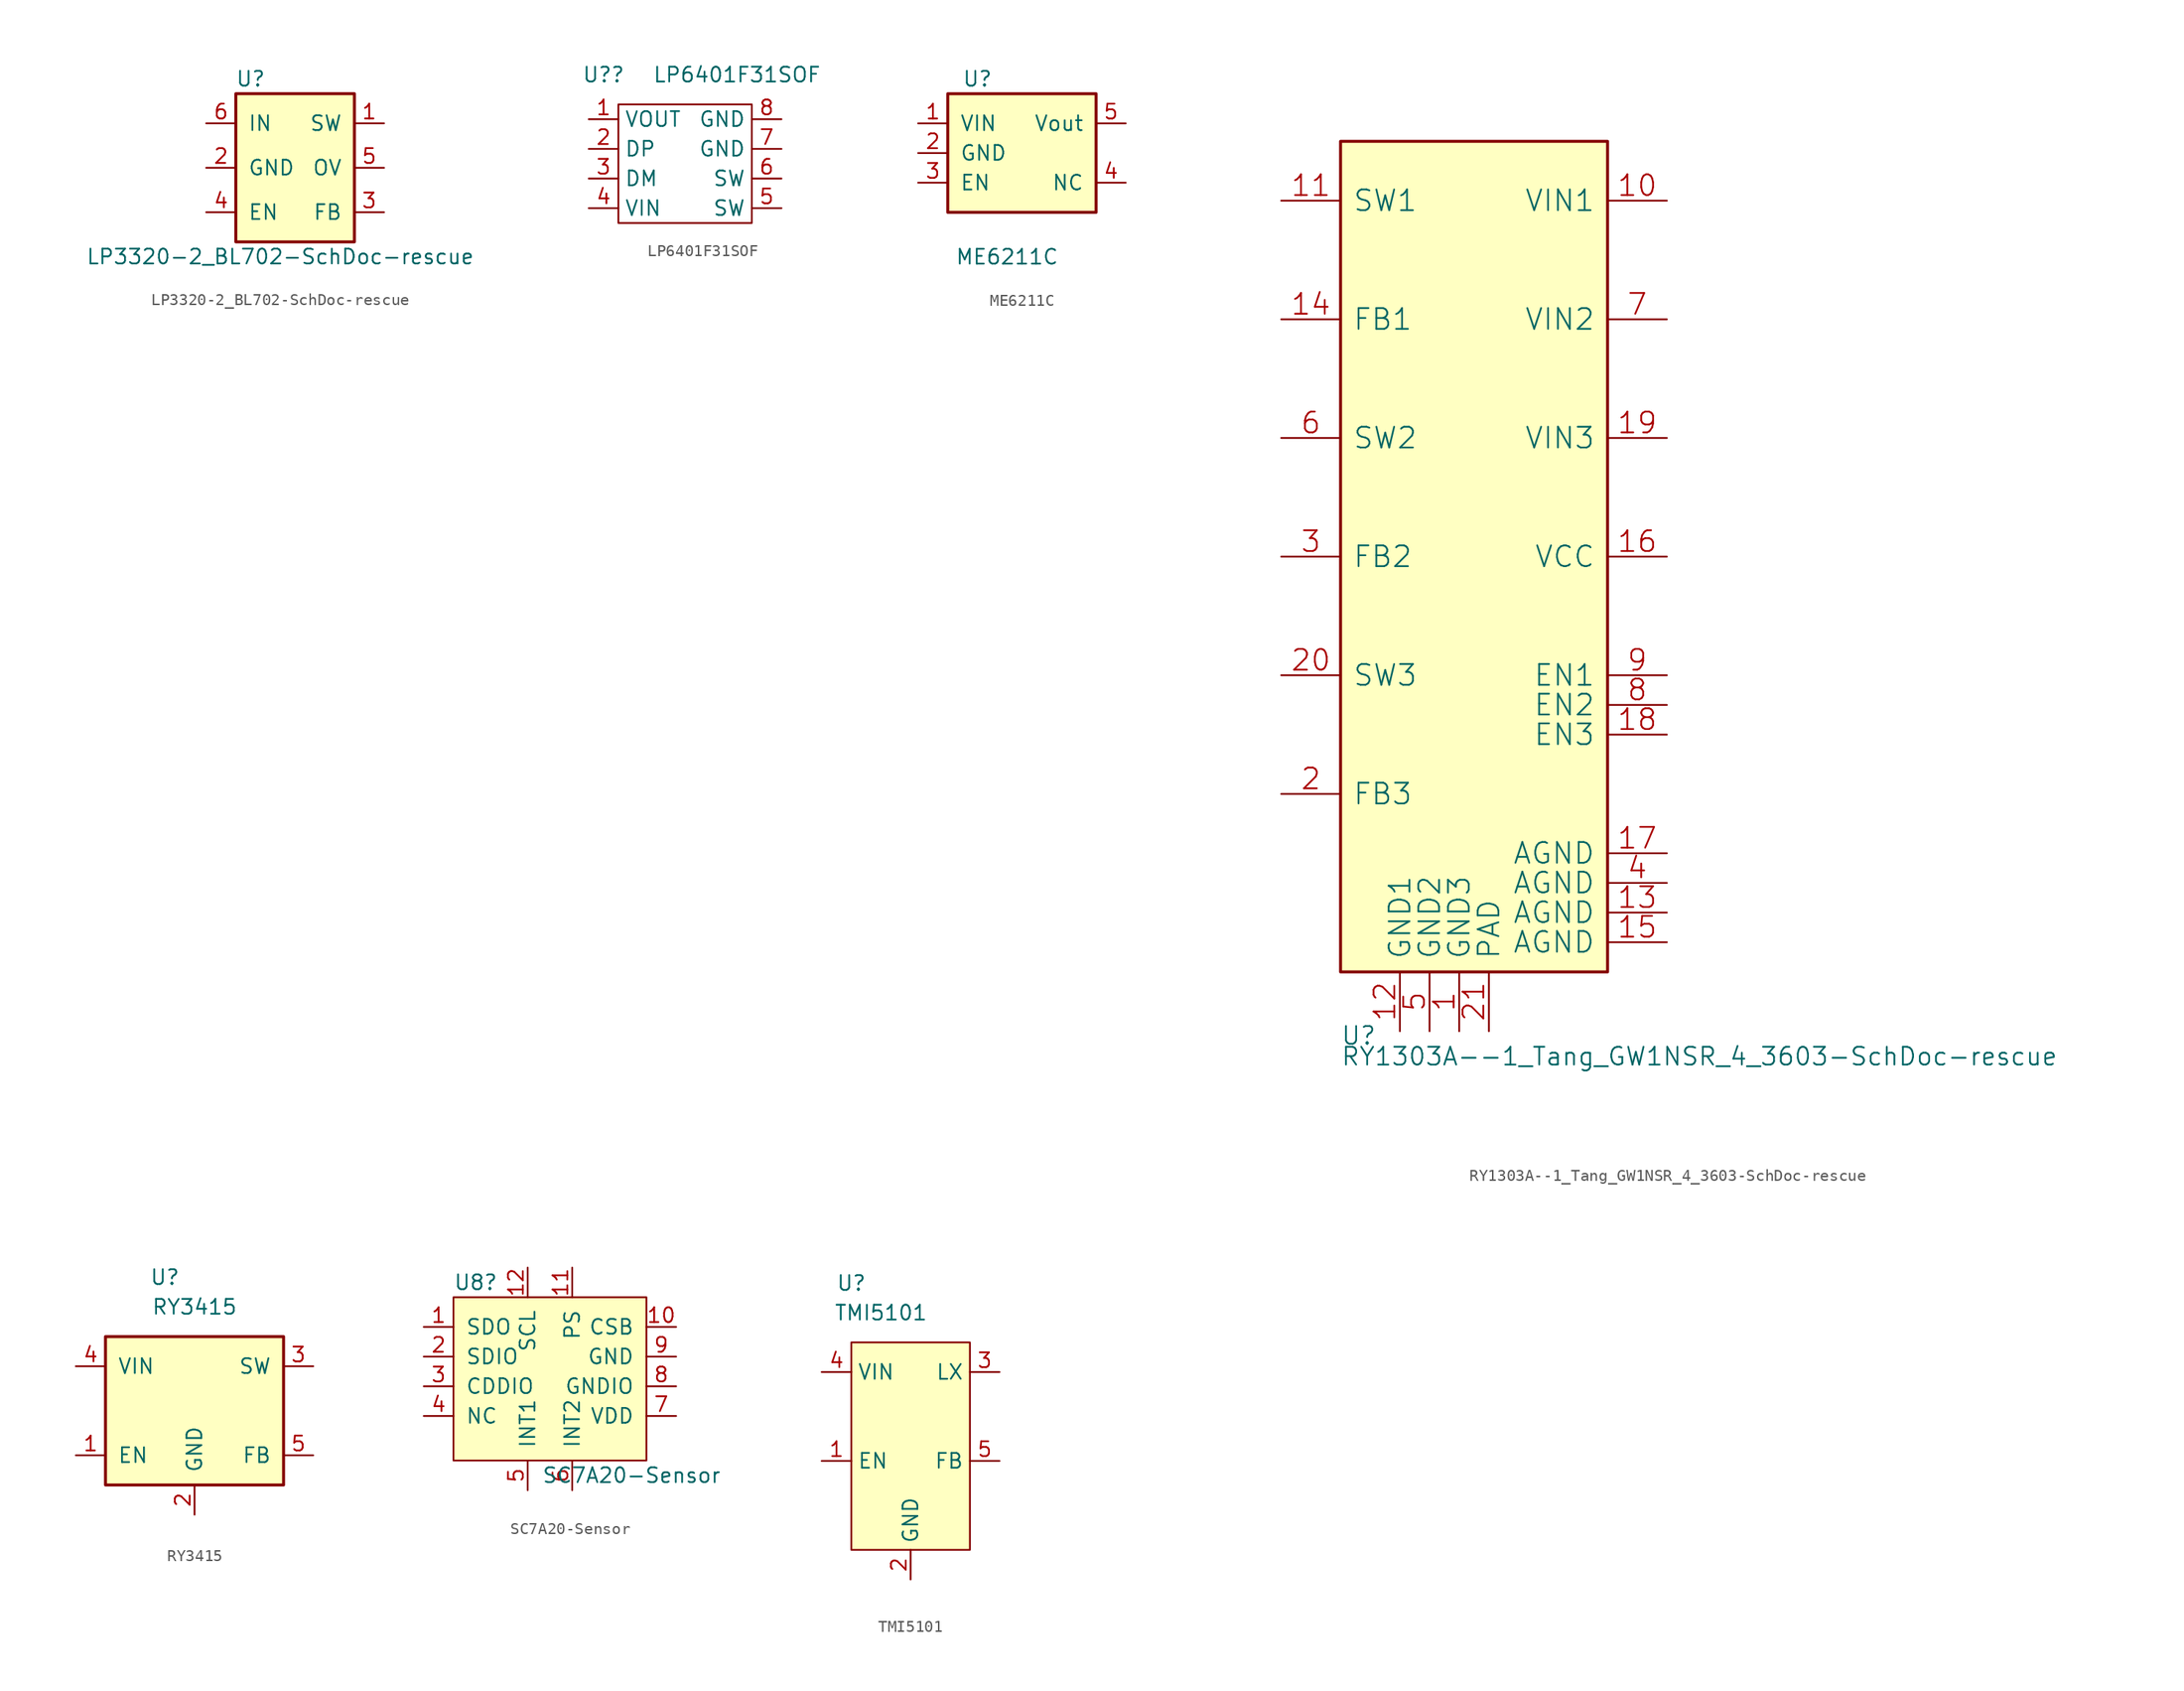
<source format=kicad_sym>
(kicad_symbol_lib
  (version 20211014)
  (generator kicad_symbol_editor)
  (symbol "LP3320-2_BL702-SchDoc-rescue"
    (pin_names
      (offset 1.016))
    (property "Reference" "U"
      (at 5.08 -3.81 0)
      (effects (font (size 1.27 1.27))))
    (property "Value" "LP3320-2_BL702-SchDoc-rescue"
      (at 7.62 -19.05 0)
      (effects (font (size 1.27 1.27))))
    (symbol "LP3320-2_BL702-SchDoc-rescue_0_0"
      (pin bidirectional line (at 16.51 -7.62 180) (length 2.54) (name "SW" (effects (font (size 1.27 1.27)))) (number "1" (effects (font (size 1.27 1.27)))))
      (pin bidirectional line (at 1.27 -11.43 0) (length 2.54) (name "GND" (effects (font (size 1.27 1.27)))) (number "2" (effects (font (size 1.27 1.27)))))
      (pin bidirectional line (at 16.51 -15.24 180) (length 2.54) (name "FB" (effects (font (size 1.27 1.27)))) (number "3" (effects (font (size 1.27 1.27)))))
      (pin bidirectional line (at 1.27 -15.24 0) (length 2.54) (name "EN" (effects (font (size 1.27 1.27)))) (number "4" (effects (font (size 1.27 1.27)))))
      (pin bidirectional line (at 16.51 -11.43 180) (length 2.54) (name "OV" (effects (font (size 1.27 1.27)))) (number "5" (effects (font (size 1.27 1.27)))))
      (pin bidirectional line (at 1.27 -7.62 0) (length 2.54) (name "IN" (effects (font (size 1.27 1.27)))) (number "6" (effects (font (size 1.27 1.27))))))
    (symbol "LP3320-2_BL702-SchDoc-rescue_0_1"
      (rectangle (start 3.81 -5.08) (end 13.97 -17.78) (stroke (width 0.254) (type default) (color 0 0 0 0)) (fill (type background)))))
  (symbol "LP6401F31SOF"
    (property "Reference" "U?"
      (at -2.54 1.27 0)
      (effects (font (size 1.27 1.27))))
    (property "Value" "LP6401F31SOF"
      (at 8.89 1.27 0)
      (effects (font (size 1.27 1.27))))
    (symbol "LP6401F31SOF_0_1"
      (rectangle (start -1.27 -1.27) (end 10.16 -11.43) (stroke (width 0.152) (type default) (color 0 0 0 0)) (fill (type none))))
    (symbol "LP6401F31SOF_1_1"
      (pin passive line (at -3.81 -2.54 0) (length 2.54) (name "VOUT" (effects (font (size 1.27 1.27)))) (number "1" (effects (font (size 1.27 1.27)))))
      (pin passive line (at -3.81 -5.08 0) (length 2.54) (name "DP" (effects (font (size 1.27 1.27)))) (number "2" (effects (font (size 1.27 1.27)))))
      (pin passive line (at -3.81 -7.62 0) (length 2.54) (name "DM" (effects (font (size 1.27 1.27)))) (number "3" (effects (font (size 1.27 1.27)))))
      (pin passive line (at -3.81 -10.16 0) (length 2.54) (name "VIN" (effects (font (size 1.27 1.27)))) (number "4" (effects (font (size 1.27 1.27)))))
      (pin passive line (at 12.7 -10.16 180) (length 2.54) (name "SW" (effects (font (size 1.27 1.27)))) (number "5" (effects (font (size 1.27 1.27)))))
      (pin passive line (at 12.7 -7.62 180) (length 2.54) (name "SW" (effects (font (size 1.27 1.27)))) (number "6" (effects (font (size 1.27 1.27)))))
      (pin passive line (at 12.7 -5.08 180) (length 2.54) (name "GND" (effects (font (size 1.27 1.27)))) (number "7" (effects (font (size 1.27 1.27)))))
      (pin passive line (at 12.7 -2.54 180) (length 2.54) (name "GND" (effects (font (size 1.27 1.27)))) (number "8" (effects (font (size 1.27 1.27)))))))
  (symbol "ME6211C"
    (pin_names
      (offset 1.016))
    (property "Reference" "U"
      (at 5.08 -3.81 0)
      (effects (font (size 1.27 1.27))))
    (property "Value" "ME6211C"
      (at 7.62 -19.05 0)
      (effects (font (size 1.27 1.27))))
    (symbol "ME6211C_0_0"
      (pin bidirectional line (at 0 -7.62 0) (length 2.54) (name "VIN" (effects (font (size 1.27 1.27)))) (number "1" (effects (font (size 1.27 1.27)))))
      (pin bidirectional line (at 0 -10.16 0) (length 2.54) (name "GND" (effects (font (size 1.27 1.27)))) (number "2" (effects (font (size 1.27 1.27)))))
      (pin bidirectional line (at 0 -12.7 0) (length 2.54) (name "EN" (effects (font (size 1.27 1.27)))) (number "3" (effects (font (size 1.27 1.27)))))
      (pin bidirectional line (at 17.78 -12.7 180) (length 2.54) (name "NC" (effects (font (size 1.27 1.27)))) (number "4" (effects (font (size 1.27 1.27)))))
      (pin bidirectional line (at 17.78 -7.62 180) (length 2.54) (name "Vout" (effects (font (size 1.27 1.27)))) (number "5" (effects (font (size 1.27 1.27))))))
    (symbol "ME6211C_0_1"
      (rectangle (start 2.54 -5.08) (end 15.24 -15.24) (stroke (width 0.254) (type default) (color 0 0 0 0)) (fill (type background)))))
  (symbol "RY1303A--1_Tang_GW1NSR_4_3603-SchDoc-rescue"
    (pin_names
      (offset 1.016))
    (property "Reference" "U"
      (at 5.08 -72.39 0)
      (effects (font (size 1.524 1.524)) (justify left bottom)))
    (property "Value" "RY1303A--1_Tang_GW1NSR_4_3603-SchDoc-rescue"
      (at 5.08 -74.168 0)
      (effects (font (size 1.524 1.524)) (justify left bottom)))
    (property "Footprint" ""
      (at 0 0 0)
      (effects (font (size 1.524 1.524))))
    (property "Datasheet" ""
      (at 0 0 0)
      (effects (font (size 1.524 1.524))))
    (symbol "RY1303A--1_Tang_GW1NSR_4_3603-SchDoc-rescue_0_1"
      (rectangle (start 5.08 -66.04) (end 27.94 5.08) (stroke (width 0.254) (type default) (color 0 0 0 0)) (fill (type background)))
      (pin passive line (at 15.24 -71.12 90) (length 5.08) (name "GND3" (effects (font (size 1.778 1.778)))) (number "1" (effects (font (size 1.778 1.778)))))
      (pin passive line (at 33.02 0 180) (length 5.08) (name "VIN1" (effects (font (size 1.778 1.778)))) (number "10" (effects (font (size 1.778 1.778)))))
      (pin passive line (at 0 0 0) (length 5.08) (name "SW1" (effects (font (size 1.778 1.778)))) (number "11" (effects (font (size 1.778 1.778)))))
      (pin passive line (at 10.16 -71.12 90) (length 5.08) (name "GND1" (effects (font (size 1.778 1.778)))) (number "12" (effects (font (size 1.778 1.778)))))
      (pin passive line (at 33.02 -60.96 180) (length 5.08) (name "AGND" (effects (font (size 1.778 1.778)))) (number "13" (effects (font (size 1.778 1.778)))))
      (pin passive line (at 0 -10.16 0) (length 5.08) (name "FB1" (effects (font (size 1.778 1.778)))) (number "14" (effects (font (size 1.778 1.778)))))
      (pin passive line (at 33.02 -63.5 180) (length 5.08) (name "AGND" (effects (font (size 1.778 1.778)))) (number "15" (effects (font (size 1.778 1.778)))))
      (pin passive line (at 33.02 -30.48 180) (length 5.08) (name "VCC" (effects (font (size 1.778 1.778)))) (number "16" (effects (font (size 1.778 1.778)))))
      (pin passive line (at 33.02 -55.88 180) (length 5.08) (name "AGND" (effects (font (size 1.778 1.778)))) (number "17" (effects (font (size 1.778 1.778)))))
      (pin passive line (at 33.02 -45.72 180) (length 5.08) (name "EN3" (effects (font (size 1.778 1.778)))) (number "18" (effects (font (size 1.778 1.778)))))
      (pin passive line (at 33.02 -20.32 180) (length 5.08) (name "VIN3" (effects (font (size 1.778 1.778)))) (number "19" (effects (font (size 1.778 1.778)))))
      (pin passive line (at 0 -50.8 0) (length 5.08) (name "FB3" (effects (font (size 1.778 1.778)))) (number "2" (effects (font (size 1.778 1.778)))))
      (pin passive line (at 0 -40.64 0) (length 5.08) (name "SW3" (effects (font (size 1.778 1.778)))) (number "20" (effects (font (size 1.778 1.778)))))
      (pin passive line (at 17.78 -71.12 90) (length 5.08) (name "PAD" (effects (font (size 1.778 1.778)))) (number "21" (effects (font (size 1.778 1.778)))))
      (pin passive line (at 0 -30.48 0) (length 5.08) (name "FB2" (effects (font (size 1.778 1.778)))) (number "3" (effects (font (size 1.778 1.778)))))
      (pin passive line (at 33.02 -58.42 180) (length 5.08) (name "AGND" (effects (font (size 1.778 1.778)))) (number "4" (effects (font (size 1.778 1.778)))))
      (pin passive line (at 12.7 -71.12 90) (length 5.08) (name "GND2" (effects (font (size 1.778 1.778)))) (number "5" (effects (font (size 1.778 1.778)))))
      (pin passive line (at 0 -20.32 0) (length 5.08) (name "SW2" (effects (font (size 1.778 1.778)))) (number "6" (effects (font (size 1.778 1.778)))))
      (pin passive line (at 33.02 -10.16 180) (length 5.08) (name "VIN2" (effects (font (size 1.778 1.778)))) (number "7" (effects (font (size 1.778 1.778)))))
      (pin passive line (at 33.02 -43.18 180) (length 5.08) (name "EN2" (effects (font (size 1.778 1.778)))) (number "8" (effects (font (size 1.778 1.778)))))
      (pin passive line (at 33.02 -40.64 180) (length 5.08) (name "EN1" (effects (font (size 1.778 1.778)))) (number "9" (effects (font (size 1.778 1.778)))))))
  (symbol "RY3415"
    (pin_names
      (offset 1.016))
    (property "Reference" "U"
      (at 5.08 5.08 0)
      (effects (font (size 1.27 1.27))))
    (property "Value" "RY3415"
      (at 7.62 2.54 0)
      (effects (font (size 1.27 1.27))))
    (symbol "RY3415_0_0"
      (pin bidirectional line (at -2.54 -10.16 0) (length 2.54) (name "EN" (effects (font (size 1.27 1.27)))) (number "1" (effects (font (size 1.27 1.27)))))
      (pin bidirectional line (at 7.62 -15.24 90) (length 2.54) (name "GND" (effects (font (size 1.27 1.27)))) (number "2" (effects (font (size 1.27 1.27)))))
      (pin bidirectional line (at 17.78 -2.54 180) (length 2.54) (name "SW" (effects (font (size 1.27 1.27)))) (number "3" (effects (font (size 1.27 1.27)))))
      (pin bidirectional line (at -2.54 -2.54 0) (length 2.54) (name "VIN" (effects (font (size 1.27 1.27)))) (number "4" (effects (font (size 1.27 1.27)))))
      (pin bidirectional line (at 17.78 -10.16 180) (length 2.54) (name "FB" (effects (font (size 1.27 1.27)))) (number "5" (effects (font (size 1.27 1.27))))))
    (symbol "RY3415_0_1"
      (rectangle (start 0 0) (end 15.24 -12.7) (stroke (width 0.254) (type default) (color 0 0 0 0)) (fill (type background)))))
  (symbol "SC7A20-Sensor"
    (pin_names
      (offset 1.016))
    (property "Reference" "U8"
      (at 4.445 -3.81 0)
      (effects (font (size 1.27 1.27))))
    (property "Value" "SC7A20-Sensor"
      (at 17.78 -20.32 0)
      (effects (font (size 1.27 1.27))))
    (symbol "SC7A20-Sensor_0_0"
      (pin bidirectional line (at 0 -7.62 0) (length 2.54) (name "SDO" (effects (font (size 1.27 1.27)))) (number "1" (effects (font (size 1.27 1.27)))))
      (pin bidirectional line (at 21.59 -15.24 180) (length 2.54) (name "VDD" (effects (font (size 1.27 1.27)))) (number "7" (effects (font (size 1.27 1.27))))))
    (symbol "SC7A20-Sensor_0_1"
      (rectangle (start 19.05 -19.05) (end 2.54 -5.08) (stroke (width 0) (type default) (color 0 0 0 0)) (fill (type background))))
    (symbol "SC7A20-Sensor_1_1"
      (pin bidirectional line (at 21.59 -7.62 180) (length 2.54) (name "CSB" (effects (font (size 1.27 1.27)))) (number "10" (effects (font (size 1.27 1.27)))))
      (pin bidirectional line (at 12.7 -2.54 270) (length 2.54) (name "PS" (effects (font (size 1.27 1.27)))) (number "11" (effects (font (size 1.27 1.27)))))
      (pin bidirectional line (at 8.89 -2.54 270) (length 2.54) (name "SCL" (effects (font (size 1.27 1.27)))) (number "12" (effects (font (size 1.27 1.27)))))
      (pin bidirectional line (at 0 -10.16 0) (length 2.54) (name "SDIO" (effects (font (size 1.27 1.27)))) (number "2" (effects (font (size 1.27 1.27)))))
      (pin bidirectional line (at 0 -12.7 0) (length 2.54) (name "CDDIO" (effects (font (size 1.27 1.27)))) (number "3" (effects (font (size 1.27 1.27)))))
      (pin bidirectional line (at 0 -15.24 0) (length 2.54) (name "NC" (effects (font (size 1.27 1.27)))) (number "4" (effects (font (size 1.27 1.27)))))
      (pin bidirectional line (at 8.89 -21.59 90) (length 2.54) (name "INT1" (effects (font (size 1.27 1.27)))) (number "5" (effects (font (size 1.27 1.27)))))
      (pin bidirectional line (at 12.7 -21.59 90) (length 2.54) (name "INT2" (effects (font (size 1.27 1.27)))) (number "6" (effects (font (size 1.27 1.27)))))
      (pin bidirectional line (at 21.59 -12.7 180) (length 2.54) (name "GNDIO" (effects (font (size 1.27 1.27)))) (number "8" (effects (font (size 1.27 1.27)))))
      (pin bidirectional line (at 21.59 -10.16 180) (length 2.54) (name "GND" (effects (font (size 1.27 1.27)))) (number "9" (effects (font (size 1.27 1.27)))))))
  (symbol "TMI5101"
    (property "Reference" "U"
      (at -2.54 2.54 0)
      (effects (font (size 1.27 1.27))))
    (property "Value" "TMI5101"
      (at 0 0 0)
      (effects (font (size 1.27 1.27))))
    (symbol "TMI5101_0_0"
      (pin unspecified line (at -5.08 -12.7 0) (length 2.54) (name "EN" (effects (font (size 1.27 1.27)))) (number "1" (effects (font (size 1.27 1.27)))))
      (pin unspecified line (at 2.54 -22.86 90) (length 2.54) (name "GND" (effects (font (size 1.27 1.27)))) (number "2" (effects (font (size 1.27 1.27)))))
      (pin unspecified line (at 10.16 -5.08 180) (length 2.54) (name "LX" (effects (font (size 1.27 1.27)))) (number "3" (effects (font (size 1.27 1.27)))))
      (pin unspecified line (at -5.08 -5.08 0) (length 2.54) (name "VIN" (effects (font (size 1.27 1.27)))) (number "4" (effects (font (size 1.27 1.27)))))
      (pin unspecified line (at 10.16 -12.7 180) (length 2.54) (name "FB" (effects (font (size 1.27 1.27)))) (number "5" (effects (font (size 1.27 1.27))))))
    (symbol "TMI5101_0_1"
      (rectangle (start -2.54 -2.54) (end 7.62 -20.32) (stroke (width 0.152) (type default) (color 0 0 0 0)) (fill (type background))))))
</source>
